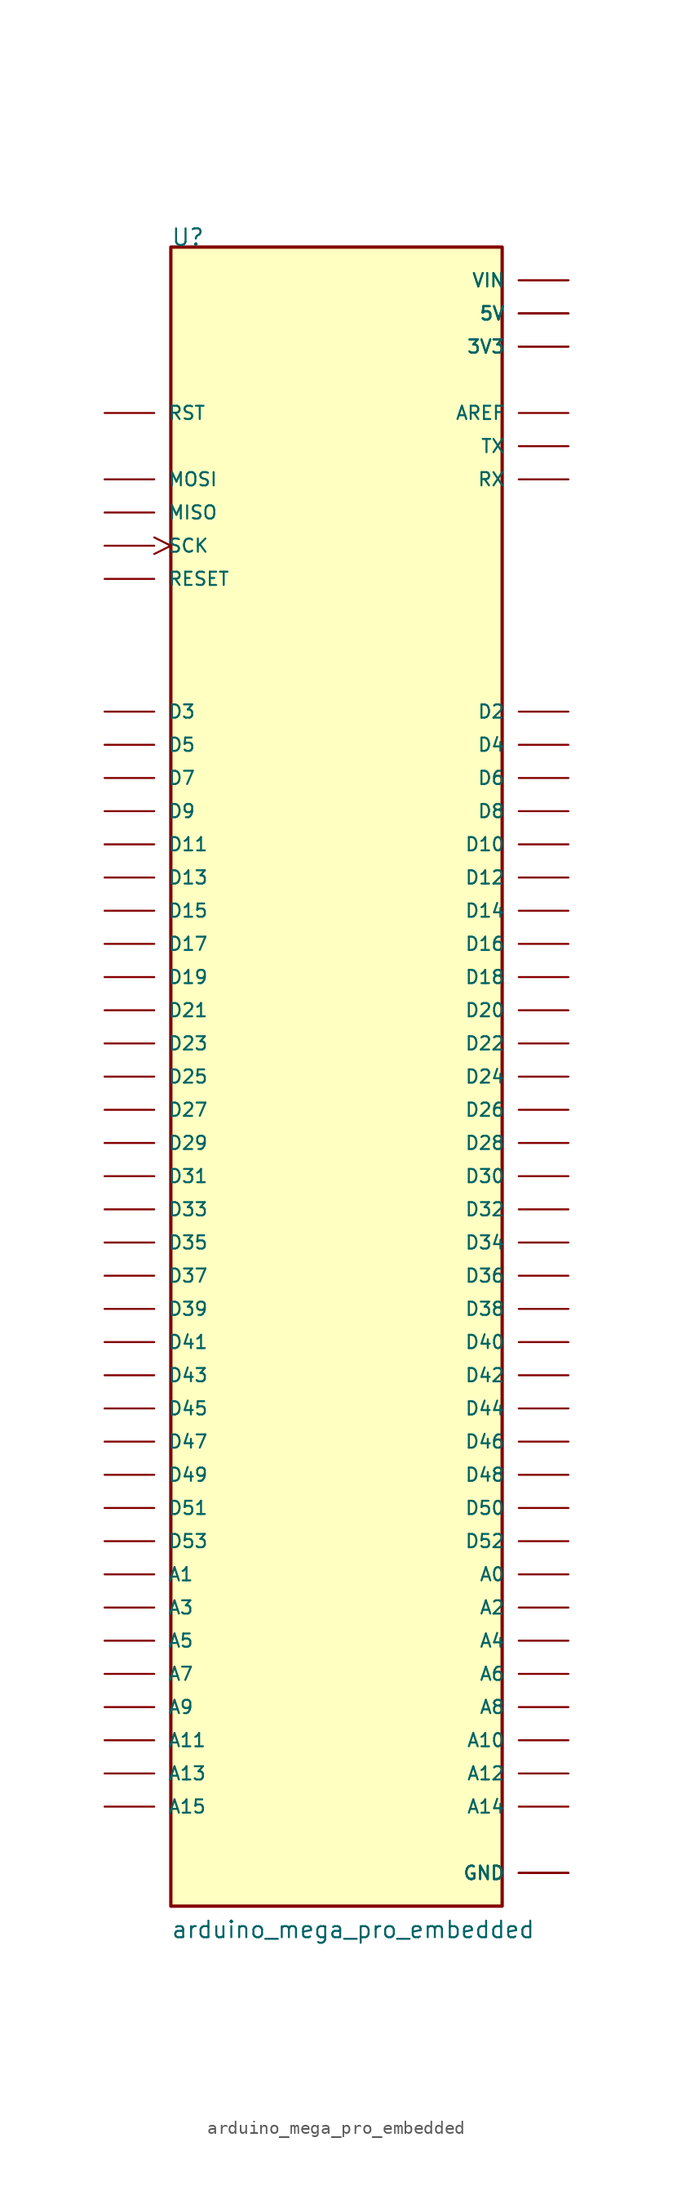
<source format=kicad_sym>
(kicad_symbol_lib
  (version 20211014)
  (generator kicad_symbol_editor)
  (symbol "arduino_mega_pro_embedded"
    (pin_numbers hide)
    (pin_names
      (offset 1.016))
    (property "Reference" "U"
      (at -12.7 63.5 0)
      (effects (font (size 1.27 1.27)) (justify left bottom)))
    (property "Value" "arduino_mega_pro_embedded"
      (at -12.7 -66.04 0)
      (effects (font (size 1.27 1.27)) (justify left bottom)))
    (symbol "arduino_mega_pro_embedded_0_0"
      (rectangle (start -12.7 -63.5) (end 12.7 63.5) (stroke (width 0.254) (type default) (color 0 0 0 0)) (fill (type background)))
      (pin power_in line (at 17.78 55.88 180) (length 3.81) (name "3V3" (effects (font (size 1.016 1.016)))) (number "3V3_1" (effects (font (size 1.016 1.016)))))
      (pin power_in line (at 17.78 55.88 180) (length 3.81) (name "3V3" (effects (font (size 1.016 1.016)))) (number "3V3_2" (effects (font (size 1.016 1.016)))))
      (pin power_in line (at 17.78 58.42 180) (length 3.81) (name "5V" (effects (font (size 1.016 1.016)))) (number "5V_1" (effects (font (size 1.016 1.016)))))
      (pin power_in line (at 17.78 58.42 180) (length 3.81) (name "5V" (effects (font (size 1.016 1.016)))) (number "5V_2" (effects (font (size 1.016 1.016)))))
      (pin power_in line (at 17.78 58.42 180) (length 3.81) (name "5V" (effects (font (size 1.016 1.016)))) (number "5V_3" (effects (font (size 1.016 1.016)))))
      (pin bidirectional line (at 17.78 -38.1 180) (length 3.81) (name "A0" (effects (font (size 1.016 1.016)))) (number "A0" (effects (font (size 1.016 1.016)))))
      (pin bidirectional line (at -17.78 -38.1 0) (length 3.81) (name "A1" (effects (font (size 1.016 1.016)))) (number "A1" (effects (font (size 1.016 1.016)))))
      (pin bidirectional line (at 17.78 -50.8 180) (length 3.81) (name "A10" (effects (font (size 1.016 1.016)))) (number "A10" (effects (font (size 1.016 1.016)))))
      (pin bidirectional line (at -17.78 -50.8 0) (length 3.81) (name "A11" (effects (font (size 1.016 1.016)))) (number "A11" (effects (font (size 1.016 1.016)))))
      (pin bidirectional line (at 17.78 -53.34 180) (length 3.81) (name "A12" (effects (font (size 1.016 1.016)))) (number "A12" (effects (font (size 1.016 1.016)))))
      (pin bidirectional line (at -17.78 -53.34 0) (length 3.81) (name "A13" (effects (font (size 1.016 1.016)))) (number "A13" (effects (font (size 1.016 1.016)))))
      (pin bidirectional line (at 17.78 -55.88 180) (length 3.81) (name "A14" (effects (font (size 1.016 1.016)))) (number "A14" (effects (font (size 1.016 1.016)))))
      (pin bidirectional line (at -17.78 -55.88 0) (length 3.81) (name "A15" (effects (font (size 1.016 1.016)))) (number "A15" (effects (font (size 1.016 1.016)))))
      (pin bidirectional line (at 17.78 -40.64 180) (length 3.81) (name "A2" (effects (font (size 1.016 1.016)))) (number "A2" (effects (font (size 1.016 1.016)))))
      (pin bidirectional line (at -17.78 -40.64 0) (length 3.81) (name "A3" (effects (font (size 1.016 1.016)))) (number "A3" (effects (font (size 1.016 1.016)))))
      (pin bidirectional line (at 17.78 -43.18 180) (length 3.81) (name "A4" (effects (font (size 1.016 1.016)))) (number "A4" (effects (font (size 1.016 1.016)))))
      (pin bidirectional line (at -17.78 -43.18 0) (length 3.81) (name "A5" (effects (font (size 1.016 1.016)))) (number "A5" (effects (font (size 1.016 1.016)))))
      (pin bidirectional line (at 17.78 -45.72 180) (length 3.81) (name "A6" (effects (font (size 1.016 1.016)))) (number "A6" (effects (font (size 1.016 1.016)))))
      (pin bidirectional line (at -17.78 -45.72 0) (length 3.81) (name "A7" (effects (font (size 1.016 1.016)))) (number "A7" (effects (font (size 1.016 1.016)))))
      (pin bidirectional line (at 17.78 -48.26 180) (length 3.81) (name "A8" (effects (font (size 1.016 1.016)))) (number "A8" (effects (font (size 1.016 1.016)))))
      (pin bidirectional line (at -17.78 -48.26 0) (length 3.81) (name "A9" (effects (font (size 1.016 1.016)))) (number "A9" (effects (font (size 1.016 1.016)))))
      (pin bidirectional line (at 17.78 50.8 180) (length 3.81) (name "AREF" (effects (font (size 1.016 1.016)))) (number "AREF" (effects (font (size 1.016 1.016)))))
      (pin bidirectional line (at 17.78 17.78 180) (length 3.81) (name "D10" (effects (font (size 1.016 1.016)))) (number "D10" (effects (font (size 1.016 1.016)))))
      (pin bidirectional line (at -17.78 17.78 0) (length 3.81) (name "D11" (effects (font (size 1.016 1.016)))) (number "D11" (effects (font (size 1.016 1.016)))))
      (pin bidirectional line (at 17.78 15.24 180) (length 3.81) (name "D12" (effects (font (size 1.016 1.016)))) (number "D12" (effects (font (size 1.016 1.016)))))
      (pin bidirectional line (at -17.78 15.24 0) (length 3.81) (name "D13" (effects (font (size 1.016 1.016)))) (number "D13" (effects (font (size 1.016 1.016)))))
      (pin bidirectional line (at 17.78 12.7 180) (length 3.81) (name "D14" (effects (font (size 1.016 1.016)))) (number "D14" (effects (font (size 1.016 1.016)))))
      (pin bidirectional line (at -17.78 12.7 0) (length 3.81) (name "D15" (effects (font (size 1.016 1.016)))) (number "D15" (effects (font (size 1.016 1.016)))))
      (pin bidirectional line (at 17.78 10.16 180) (length 3.81) (name "D16" (effects (font (size 1.016 1.016)))) (number "D16" (effects (font (size 1.016 1.016)))))
      (pin bidirectional line (at -17.78 10.16 0) (length 3.81) (name "D17" (effects (font (size 1.016 1.016)))) (number "D17" (effects (font (size 1.016 1.016)))))
      (pin bidirectional line (at 17.78 7.62 180) (length 3.81) (name "D18" (effects (font (size 1.016 1.016)))) (number "D18" (effects (font (size 1.016 1.016)))))
      (pin bidirectional line (at -17.78 7.62 0) (length 3.81) (name "D19" (effects (font (size 1.016 1.016)))) (number "D19" (effects (font (size 1.016 1.016)))))
      (pin bidirectional line (at 17.78 27.94 180) (length 3.81) (name "D2" (effects (font (size 1.016 1.016)))) (number "D2" (effects (font (size 1.016 1.016)))))
      (pin bidirectional line (at 17.78 5.08 180) (length 3.81) (name "D20" (effects (font (size 1.016 1.016)))) (number "D20" (effects (font (size 1.016 1.016)))))
      (pin bidirectional line (at -17.78 5.08 0) (length 3.81) (name "D21" (effects (font (size 1.016 1.016)))) (number "D21" (effects (font (size 1.016 1.016)))))
      (pin bidirectional line (at 17.78 2.54 180) (length 3.81) (name "D22" (effects (font (size 1.016 1.016)))) (number "D22" (effects (font (size 1.016 1.016)))))
      (pin bidirectional line (at -17.78 2.54 0) (length 3.81) (name "D23" (effects (font (size 1.016 1.016)))) (number "D23" (effects (font (size 1.016 1.016)))))
      (pin bidirectional line (at 17.78 0 180) (length 3.81) (name "D24" (effects (font (size 1.016 1.016)))) (number "D24" (effects (font (size 1.016 1.016)))))
      (pin bidirectional line (at -17.78 0 0) (length 3.81) (name "D25" (effects (font (size 1.016 1.016)))) (number "D25" (effects (font (size 1.016 1.016)))))
      (pin bidirectional line (at 17.78 -2.54 180) (length 3.81) (name "D26" (effects (font (size 1.016 1.016)))) (number "D26" (effects (font (size 1.016 1.016)))))
      (pin bidirectional line (at -17.78 -2.54 0) (length 3.81) (name "D27" (effects (font (size 1.016 1.016)))) (number "D27" (effects (font (size 1.016 1.016)))))
      (pin bidirectional line (at 17.78 -5.08 180) (length 3.81) (name "D28" (effects (font (size 1.016 1.016)))) (number "D28" (effects (font (size 1.016 1.016)))))
      (pin bidirectional line (at -17.78 -5.08 0) (length 3.81) (name "D29" (effects (font (size 1.016 1.016)))) (number "D29" (effects (font (size 1.016 1.016)))))
      (pin bidirectional line (at -17.78 27.94 0) (length 3.81) (name "D3" (effects (font (size 1.016 1.016)))) (number "D3" (effects (font (size 1.016 1.016)))))
      (pin bidirectional line (at 17.78 -7.62 180) (length 3.81) (name "D30" (effects (font (size 1.016 1.016)))) (number "D30" (effects (font (size 1.016 1.016)))))
      (pin bidirectional line (at -17.78 -7.62 0) (length 3.81) (name "D31" (effects (font (size 1.016 1.016)))) (number "D31" (effects (font (size 1.016 1.016)))))
      (pin bidirectional line (at 17.78 -10.16 180) (length 3.81) (name "D32" (effects (font (size 1.016 1.016)))) (number "D32" (effects (font (size 1.016 1.016)))))
      (pin bidirectional line (at -17.78 -10.16 0) (length 3.81) (name "D33" (effects (font (size 1.016 1.016)))) (number "D33" (effects (font (size 1.016 1.016)))))
      (pin bidirectional line (at 17.78 -12.7 180) (length 3.81) (name "D34" (effects (font (size 1.016 1.016)))) (number "D34" (effects (font (size 1.016 1.016)))))
      (pin bidirectional line (at -17.78 -12.7 0) (length 3.81) (name "D35" (effects (font (size 1.016 1.016)))) (number "D35" (effects (font (size 1.016 1.016)))))
      (pin bidirectional line (at 17.78 -15.24 180) (length 3.81) (name "D36" (effects (font (size 1.016 1.016)))) (number "D36" (effects (font (size 1.016 1.016)))))
      (pin bidirectional line (at -17.78 -15.24 0) (length 3.81) (name "D37" (effects (font (size 1.016 1.016)))) (number "D37" (effects (font (size 1.016 1.016)))))
      (pin bidirectional line (at 17.78 -17.78 180) (length 3.81) (name "D38" (effects (font (size 1.016 1.016)))) (number "D38" (effects (font (size 1.016 1.016)))))
      (pin bidirectional line (at -17.78 -17.78 0) (length 3.81) (name "D39" (effects (font (size 1.016 1.016)))) (number "D39" (effects (font (size 1.016 1.016)))))
      (pin bidirectional line (at 17.78 25.4 180) (length 3.81) (name "D4" (effects (font (size 1.016 1.016)))) (number "D4" (effects (font (size 1.016 1.016)))))
      (pin bidirectional line (at 17.78 -20.32 180) (length 3.81) (name "D40" (effects (font (size 1.016 1.016)))) (number "D40" (effects (font (size 1.016 1.016)))))
      (pin bidirectional line (at -17.78 -20.32 0) (length 3.81) (name "D41" (effects (font (size 1.016 1.016)))) (number "D41" (effects (font (size 1.016 1.016)))))
      (pin bidirectional line (at 17.78 -22.86 180) (length 3.81) (name "D42" (effects (font (size 1.016 1.016)))) (number "D42" (effects (font (size 1.016 1.016)))))
      (pin bidirectional line (at -17.78 -22.86 0) (length 3.81) (name "D43" (effects (font (size 1.016 1.016)))) (number "D43" (effects (font (size 1.016 1.016)))))
      (pin bidirectional line (at 17.78 -25.4 180) (length 3.81) (name "D44" (effects (font (size 1.016 1.016)))) (number "D44" (effects (font (size 1.016 1.016)))))
      (pin bidirectional line (at -17.78 -25.4 0) (length 3.81) (name "D45" (effects (font (size 1.016 1.016)))) (number "D45" (effects (font (size 1.016 1.016)))))
      (pin bidirectional line (at 17.78 -27.94 180) (length 3.81) (name "D46" (effects (font (size 1.016 1.016)))) (number "D46" (effects (font (size 1.016 1.016)))))
      (pin bidirectional line (at -17.78 -27.94 0) (length 3.81) (name "D47" (effects (font (size 1.016 1.016)))) (number "D47" (effects (font (size 1.016 1.016)))))
      (pin bidirectional line (at 17.78 -30.48 180) (length 3.81) (name "D48" (effects (font (size 1.016 1.016)))) (number "D48" (effects (font (size 1.016 1.016)))))
      (pin bidirectional line (at -17.78 -30.48 0) (length 3.81) (name "D49" (effects (font (size 1.016 1.016)))) (number "D49" (effects (font (size 1.016 1.016)))))
      (pin bidirectional line (at -17.78 25.4 0) (length 3.81) (name "D5" (effects (font (size 1.016 1.016)))) (number "D5" (effects (font (size 1.016 1.016)))))
      (pin bidirectional line (at 17.78 -33.02 180) (length 3.81) (name "D50" (effects (font (size 1.016 1.016)))) (number "D50" (effects (font (size 1.016 1.016)))))
      (pin bidirectional line (at -17.78 -33.02 0) (length 3.81) (name "D51" (effects (font (size 1.016 1.016)))) (number "D51" (effects (font (size 1.016 1.016)))))
      (pin bidirectional line (at 17.78 -35.56 180) (length 3.81) (name "D52" (effects (font (size 1.016 1.016)))) (number "D52" (effects (font (size 1.016 1.016)))))
      (pin bidirectional line (at -17.78 -35.56 0) (length 3.81) (name "D53" (effects (font (size 1.016 1.016)))) (number "D53" (effects (font (size 1.016 1.016)))))
      (pin bidirectional line (at 17.78 22.86 180) (length 3.81) (name "D6" (effects (font (size 1.016 1.016)))) (number "D6" (effects (font (size 1.016 1.016)))))
      (pin bidirectional line (at -17.78 22.86 0) (length 3.81) (name "D7" (effects (font (size 1.016 1.016)))) (number "D7" (effects (font (size 1.016 1.016)))))
      (pin bidirectional line (at 17.78 20.32 180) (length 3.81) (name "D8" (effects (font (size 1.016 1.016)))) (number "D8" (effects (font (size 1.016 1.016)))))
      (pin bidirectional line (at -17.78 20.32 0) (length 3.81) (name "D9" (effects (font (size 1.016 1.016)))) (number "D9" (effects (font (size 1.016 1.016)))))
      (pin power_in line (at 17.78 -60.96 180) (length 3.81) (name "GND" (effects (font (size 1.016 1.016)))) (number "GND_1" (effects (font (size 1.016 1.016)))))
      (pin power_in line (at 17.78 -60.96 180) (length 3.81) (name "GND" (effects (font (size 1.016 1.016)))) (number "GND_2" (effects (font (size 1.016 1.016)))))
      (pin power_in line (at 17.78 -60.96 180) (length 3.81) (name "GND" (effects (font (size 1.016 1.016)))) (number "GND_3" (effects (font (size 1.016 1.016)))))
      (pin bidirectional line (at -17.78 43.18 0) (length 3.81) (name "MISO" (effects (font (size 1.016 1.016)))) (number "MISO" (effects (font (size 1.016 1.016)))))
      (pin bidirectional line (at -17.78 45.72 0) (length 3.81) (name "MOSI" (effects (font (size 1.016 1.016)))) (number "MOSI" (effects (font (size 1.016 1.016)))))
      (pin input line (at -17.78 38.1 0) (length 3.81) (name "RESET" (effects (font (size 1.016 1.016)))) (number "RESET" (effects (font (size 1.016 1.016)))))
      (pin input line (at -17.78 50.8 0) (length 3.81) (name "RST" (effects (font (size 1.016 1.016)))) (number "RST" (effects (font (size 1.016 1.016)))))
      (pin input line (at 17.78 45.72 180) (length 3.81) (name "RX" (effects (font (size 1.016 1.016)))) (number "RX" (effects (font (size 1.016 1.016)))))
      (pin bidirectional clock (at -17.78 40.64 0) (length 3.81) (name "SCK" (effects (font (size 1.016 1.016)))) (number "SCK" (effects (font (size 1.016 1.016)))))
      (pin output line (at 17.78 48.26 180) (length 3.81) (name "TX" (effects (font (size 1.016 1.016)))) (number "TX" (effects (font (size 1.016 1.016)))))
      (pin output line (at 17.78 60.96 180) (length 3.81) (name "VIN" (effects (font (size 1.016 1.016)))) (number "VIN_1" (effects (font (size 1.016 1.016)))))
      (pin output line (at 17.78 60.96 180) (length 3.81) (name "VIN" (effects (font (size 1.016 1.016)))) (number "VIN_2" (effects (font (size 1.016 1.016))))))))
</source>
